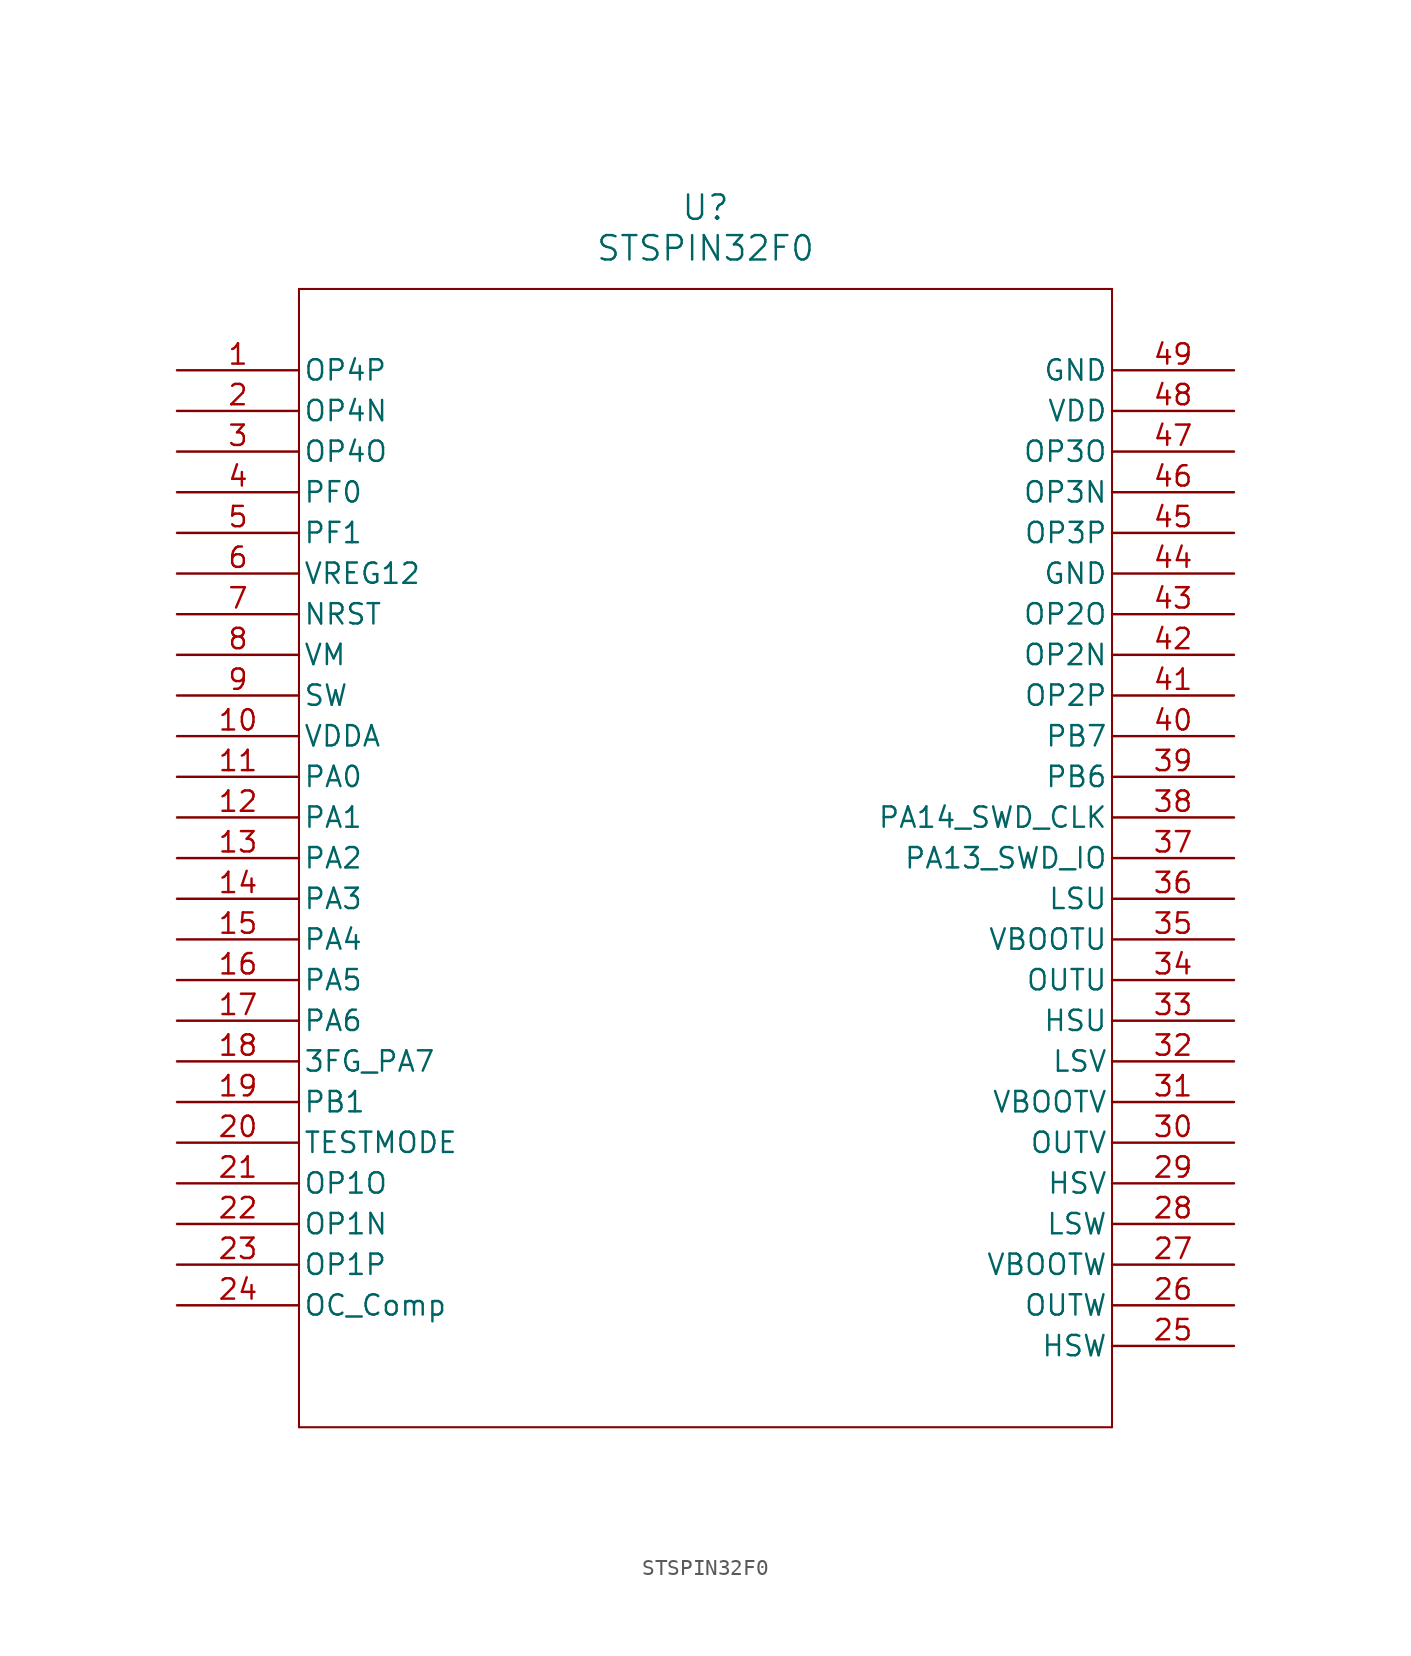
<source format=kicad_sym>
(kicad_symbol_lib
  (version 20211014)
  (generator kicad_symbol_editor)
  (symbol "STSPIN32F0"
    (pin_names
      (offset 0.254))
    (property "Reference" "U"
      (at 33.02 10.16 0)
      (effects (font (size 1.524 1.524))))
    (property "Value" "STSPIN32F0"
      (at 33.02 7.62 0)
      (effects (font (size 1.524 1.524))))
    (symbol "STSPIN32F0_0_1"
      (polyline (pts (xy 7.62 5.08) (xy 7.62 -66.04)) (stroke (width 0.127) (type default) (color 0 0 0 0)) (fill (type none)))
      (polyline (pts (xy 7.62 -66.04) (xy 58.42 -66.04)) (stroke (width 0.127) (type default) (color 0 0 0 0)) (fill (type none)))
      (polyline (pts (xy 58.42 -66.04) (xy 58.42 5.08)) (stroke (width 0.127) (type default) (color 0 0 0 0)) (fill (type none)))
      (polyline (pts (xy 58.42 5.08) (xy 7.62 5.08)) (stroke (width 0.127) (type default) (color 0 0 0 0)) (fill (type none)))
      (pin input line (at 0 0 0) (length 7.62) (name "OP4P" (effects (font (size 1.27 1.27)))) (number "1" (effects (font (size 1.27 1.27)))))
      (pin input line (at 0 -2.54 0) (length 7.62) (name "OP4N" (effects (font (size 1.27 1.27)))) (number "2" (effects (font (size 1.27 1.27)))))
      (pin output line (at 0 -5.08 0) (length 7.62) (name "OP4O" (effects (font (size 1.27 1.27)))) (number "3" (effects (font (size 1.27 1.27)))))
      (pin input line (at 0 -7.62 0) (length 7.62) (name "PF0" (effects (font (size 1.27 1.27)))) (number "4" (effects (font (size 1.27 1.27)))))
      (pin input line (at 0 -10.16 0) (length 7.62) (name "PF1" (effects (font (size 1.27 1.27)))) (number "5" (effects (font (size 1.27 1.27)))))
      (pin power_in line (at 0 -12.7 0) (length 7.62) (name "VREG12" (effects (font (size 1.27 1.27)))) (number "6" (effects (font (size 1.27 1.27)))))
      (pin input line (at 0 -15.24 0) (length 7.62) (name "NRST" (effects (font (size 1.27 1.27)))) (number "7" (effects (font (size 1.27 1.27)))))
      (pin power_in line (at 0 -17.78 0) (length 7.62) (name "VM" (effects (font (size 1.27 1.27)))) (number "8" (effects (font (size 1.27 1.27)))))
      (pin output line (at 0 -20.32 0) (length 7.62) (name "SW" (effects (font (size 1.27 1.27)))) (number "9" (effects (font (size 1.27 1.27)))))
      (pin power_in line (at 0 -22.86 0) (length 7.62) (name "VDDA" (effects (font (size 1.27 1.27)))) (number "10" (effects (font (size 1.27 1.27)))))
      (pin input line (at 0 -25.4 0) (length 7.62) (name "PA0" (effects (font (size 1.27 1.27)))) (number "11" (effects (font (size 1.27 1.27)))))
      (pin input line (at 0 -27.94 0) (length 7.62) (name "PA1" (effects (font (size 1.27 1.27)))) (number "12" (effects (font (size 1.27 1.27)))))
      (pin input line (at 0 -30.48 0) (length 7.62) (name "PA2" (effects (font (size 1.27 1.27)))) (number "13" (effects (font (size 1.27 1.27)))))
      (pin input line (at 0 -33.02 0) (length 7.62) (name "PA3" (effects (font (size 1.27 1.27)))) (number "14" (effects (font (size 1.27 1.27)))))
      (pin input line (at 0 -35.56 0) (length 7.62) (name "PA4" (effects (font (size 1.27 1.27)))) (number "15" (effects (font (size 1.27 1.27)))))
      (pin input line (at 0 -38.1 0) (length 7.62) (name "PA5" (effects (font (size 1.27 1.27)))) (number "16" (effects (font (size 1.27 1.27)))))
      (pin input line (at 0 -40.64 0) (length 7.62) (name "PA6" (effects (font (size 1.27 1.27)))) (number "17" (effects (font (size 1.27 1.27)))))
      (pin bidirectional line (at 0 -43.18 0) (length 7.62) (name "3FG_PA7" (effects (font (size 1.27 1.27)))) (number "18" (effects (font (size 1.27 1.27)))))
      (pin input line (at 0 -45.72 0) (length 7.62) (name "PB1" (effects (font (size 1.27 1.27)))) (number "19" (effects (font (size 1.27 1.27)))))
      (pin input line (at 0 -48.26 0) (length 7.62) (name "TESTMODE" (effects (font (size 1.27 1.27)))) (number "20" (effects (font (size 1.27 1.27)))))
      (pin output line (at 0 -50.8 0) (length 7.62) (name "OP1O" (effects (font (size 1.27 1.27)))) (number "21" (effects (font (size 1.27 1.27)))))
      (pin input line (at 0 -53.34 0) (length 7.62) (name "OP1N" (effects (font (size 1.27 1.27)))) (number "22" (effects (font (size 1.27 1.27)))))
      (pin input line (at 0 -55.88 0) (length 7.62) (name "OP1P" (effects (font (size 1.27 1.27)))) (number "23" (effects (font (size 1.27 1.27)))))
      (pin input line (at 0 -58.42 0) (length 7.62) (name "OC_Comp" (effects (font (size 1.27 1.27)))) (number "24" (effects (font (size 1.27 1.27)))))
      (pin output line (at 66.04 -60.96 180) (length 7.62) (name "HSW" (effects (font (size 1.27 1.27)))) (number "25" (effects (font (size 1.27 1.27)))))
      (pin power_in line (at 66.04 -58.42 180) (length 7.62) (name "OUTW" (effects (font (size 1.27 1.27)))) (number "26" (effects (font (size 1.27 1.27)))))
      (pin power_in line (at 66.04 -55.88 180) (length 7.62) (name "VBOOTW" (effects (font (size 1.27 1.27)))) (number "27" (effects (font (size 1.27 1.27)))))
      (pin output line (at 66.04 -53.34 180) (length 7.62) (name "LSW" (effects (font (size 1.27 1.27)))) (number "28" (effects (font (size 1.27 1.27)))))
      (pin output line (at 66.04 -50.8 180) (length 7.62) (name "HSV" (effects (font (size 1.27 1.27)))) (number "29" (effects (font (size 1.27 1.27)))))
      (pin power_in line (at 66.04 -48.26 180) (length 7.62) (name "OUTV" (effects (font (size 1.27 1.27)))) (number "30" (effects (font (size 1.27 1.27)))))
      (pin power_in line (at 66.04 -45.72 180) (length 7.62) (name "VBOOTV" (effects (font (size 1.27 1.27)))) (number "31" (effects (font (size 1.27 1.27)))))
      (pin output line (at 66.04 -43.18 180) (length 7.62) (name "LSV" (effects (font (size 1.27 1.27)))) (number "32" (effects (font (size 1.27 1.27)))))
      (pin output line (at 66.04 -40.64 180) (length 7.62) (name "HSU" (effects (font (size 1.27 1.27)))) (number "33" (effects (font (size 1.27 1.27)))))
      (pin power_in line (at 66.04 -38.1 180) (length 7.62) (name "OUTU" (effects (font (size 1.27 1.27)))) (number "34" (effects (font (size 1.27 1.27)))))
      (pin power_in line (at 66.04 -35.56 180) (length 7.62) (name "VBOOTU" (effects (font (size 1.27 1.27)))) (number "35" (effects (font (size 1.27 1.27)))))
      (pin output line (at 66.04 -33.02 180) (length 7.62) (name "LSU" (effects (font (size 1.27 1.27)))) (number "36" (effects (font (size 1.27 1.27)))))
      (pin bidirectional line (at 66.04 -30.48 180) (length 7.62) (name "PA13_SWD_IO" (effects (font (size 1.27 1.27)))) (number "37" (effects (font (size 1.27 1.27)))))
      (pin bidirectional line (at 66.04 -27.94 180) (length 7.62) (name "PA14_SWD_CLK" (effects (font (size 1.27 1.27)))) (number "38" (effects (font (size 1.27 1.27)))))
      (pin bidirectional line (at 66.04 -25.4 180) (length 7.62) (name "PB6" (effects (font (size 1.27 1.27)))) (number "39" (effects (font (size 1.27 1.27)))))
      (pin input line (at 66.04 -22.86 180) (length 7.62) (name "PB7" (effects (font (size 1.27 1.27)))) (number "40" (effects (font (size 1.27 1.27)))))
      (pin input line (at 66.04 -20.32 180) (length 7.62) (name "OP2P" (effects (font (size 1.27 1.27)))) (number "41" (effects (font (size 1.27 1.27)))))
      (pin input line (at 66.04 -17.78 180) (length 7.62) (name "OP2N" (effects (font (size 1.27 1.27)))) (number "42" (effects (font (size 1.27 1.27)))))
      (pin output line (at 66.04 -15.24 180) (length 7.62) (name "OP2O" (effects (font (size 1.27 1.27)))) (number "43" (effects (font (size 1.27 1.27)))))
      (pin power_out line (at 66.04 -12.7 180) (length 7.62) (name "GND" (effects (font (size 1.27 1.27)))) (number "44" (effects (font (size 1.27 1.27)))))
      (pin input line (at 66.04 -10.16 180) (length 7.62) (name "OP3P" (effects (font (size 1.27 1.27)))) (number "45" (effects (font (size 1.27 1.27)))))
      (pin input line (at 66.04 -7.62 180) (length 7.62) (name "OP3N" (effects (font (size 1.27 1.27)))) (number "46" (effects (font (size 1.27 1.27)))))
      (pin unspecified line (at 66.04 -5.08 180) (length 7.62) (name "OP3O" (effects (font (size 1.27 1.27)))) (number "47" (effects (font (size 1.27 1.27)))))
      (pin power_in line (at 66.04 -2.54 180) (length 7.62) (name "VDD" (effects (font (size 1.27 1.27)))) (number "48" (effects (font (size 1.27 1.27)))))
      (pin power_out line (at 66.04 0 180) (length 7.62) (name "GND" (effects (font (size 1.27 1.27)))) (number "49" (effects (font (size 1.27 1.27))))))))
</source>
